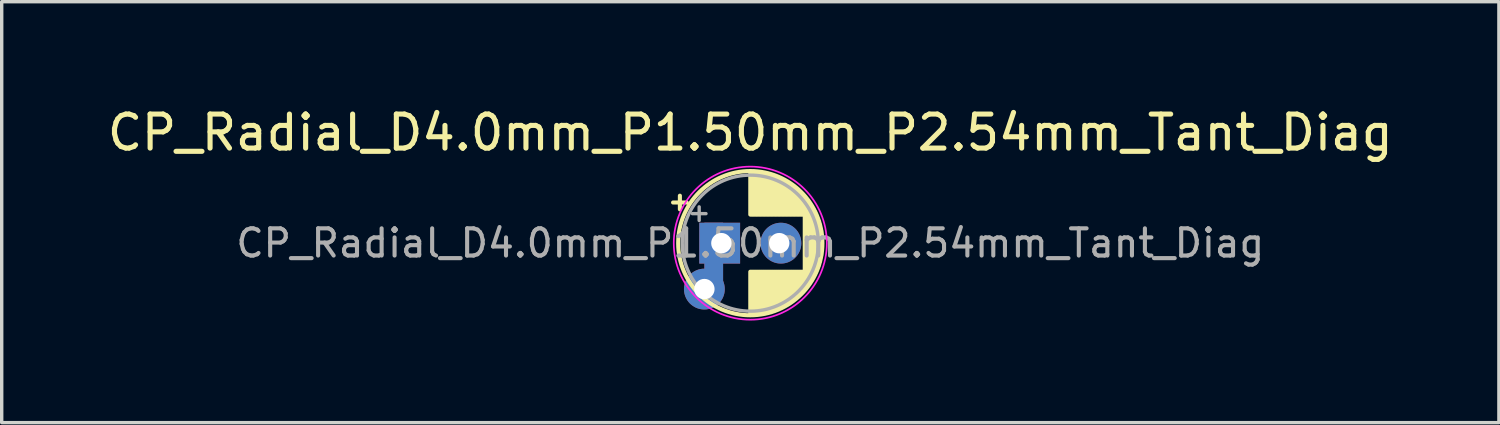
<source format=kicad_pcb>
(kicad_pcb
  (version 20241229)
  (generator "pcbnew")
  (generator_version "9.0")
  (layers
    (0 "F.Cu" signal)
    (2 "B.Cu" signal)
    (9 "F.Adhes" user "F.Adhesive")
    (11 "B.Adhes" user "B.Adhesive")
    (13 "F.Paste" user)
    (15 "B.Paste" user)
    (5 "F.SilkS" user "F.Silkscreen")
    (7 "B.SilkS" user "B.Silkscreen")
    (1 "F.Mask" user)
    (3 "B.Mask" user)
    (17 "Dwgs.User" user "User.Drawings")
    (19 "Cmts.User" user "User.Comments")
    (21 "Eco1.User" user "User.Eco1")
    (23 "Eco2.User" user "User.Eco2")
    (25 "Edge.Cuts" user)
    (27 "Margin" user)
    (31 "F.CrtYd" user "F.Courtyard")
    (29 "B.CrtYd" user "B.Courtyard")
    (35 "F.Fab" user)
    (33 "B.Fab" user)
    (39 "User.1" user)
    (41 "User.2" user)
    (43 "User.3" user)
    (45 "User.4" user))
  (footprint "CP_Radial_D4.0mm_P1.50mm_P2.54mm_Tant_Diag"
    (layer "F.Cu")
    (at 18.256 4.098)
    (property "Reference" "CP_Radial_D4.0mm_P1.50mm_P2.54mm_Tant_Diag" (at 0.75 -3.25 0) (layer "F.SilkS") (effects (font (size 1 1) (thickness 0.15))))
    (attr through_hole)
    (fp_line (start -1.52 -1.195) (end -1.12 -1.195) (stroke (width 0.12) (type solid)) (layer "F.SilkS"))
    (fp_line (start -1.32 -1.395) (end -1.32 -0.995) (stroke (width 0.12) (type solid)) (layer "F.SilkS"))
    (fp_line (start 0.75 -2.08) (end 0.75 -0.84) (stroke (width 0.12) (type solid)) (layer "F.SilkS"))
    (fp_line (start 0.75 0.84) (end 0.75 2.08) (stroke (width 0.12) (type solid)) (layer "F.SilkS"))
    (fp_line (start 0.79 -2.08) (end 0.79 -0.84) (stroke (width 0.12) (type solid)) (layer "F.SilkS"))
    (fp_line (start 0.79 0.84) (end 0.79 2.08) (stroke (width 0.12) (type solid)) (layer "F.SilkS"))
    (fp_line (start 0.83 -2.079) (end 0.83 -0.84) (stroke (width 0.12) (type solid)) (layer "F.SilkS"))
    (fp_line (start 0.83 0.84) (end 0.83 2.079) (stroke (width 0.12) (type solid)) (layer "F.SilkS"))
    (fp_line (start 0.87 -2.077) (end 0.87 -0.84) (stroke (width 0.12) (type solid)) (layer "F.SilkS"))
    (fp_line (start 0.87 0.84) (end 0.87 2.077) (stroke (width 0.12) (type solid)) (layer "F.SilkS"))
    (fp_line (start 0.91 -2.074) (end 0.91 -0.84) (stroke (width 0.12) (type solid)) (layer "F.SilkS"))
    (fp_line (start 0.91 0.84) (end 0.91 2.074) (stroke (width 0.12) (type solid)) (layer "F.SilkS"))
    (fp_line (start 0.95 -2.071) (end 0.95 -0.84) (stroke (width 0.12) (type solid)) (layer "F.SilkS"))
    (fp_line (start 0.95 0.84) (end 0.95 2.071) (stroke (width 0.12) (type solid)) (layer "F.SilkS"))
    (fp_line (start 0.99 -2.067) (end 0.99 -0.84) (stroke (width 0.12) (type solid)) (layer "F.SilkS"))
    (fp_line (start 0.99 0.84) (end 0.99 2.067) (stroke (width 0.12) (type solid)) (layer "F.SilkS"))
    (fp_line (start 1.03 -2.062) (end 1.03 -0.84) (stroke (width 0.12) (type solid)) (layer "F.SilkS"))
    (fp_line (start 1.03 0.84) (end 1.03 2.062) (stroke (width 0.12) (type solid)) (layer "F.SilkS"))
    (fp_line (start 1.07 -2.056) (end 1.07 -0.84) (stroke (width 0.12) (type solid)) (layer "F.SilkS"))
    (fp_line (start 1.07 0.84) (end 1.07 2.056) (stroke (width 0.12) (type solid)) (layer "F.SilkS"))
    (fp_line (start 1.11 -2.05) (end 1.11 -0.84) (stroke (width 0.12) (type solid)) (layer "F.SilkS"))
    (fp_line (start 1.11 0.84) (end 1.11 2.05) (stroke (width 0.12) (type solid)) (layer "F.SilkS"))
    (fp_line (start 1.15 -2.042) (end 1.15 -0.84) (stroke (width 0.12) (type solid)) (layer "F.SilkS"))
    (fp_line (start 1.15 0.84) (end 1.15 2.042) (stroke (width 0.12) (type solid)) (layer "F.SilkS"))
    (fp_line (start 1.19 -2.034) (end 1.19 -0.84) (stroke (width 0.12) (type solid)) (layer "F.SilkS"))
    (fp_line (start 1.19 0.84) (end 1.19 2.034) (stroke (width 0.12) (type solid)) (layer "F.SilkS"))
    (fp_line (start 1.23 -2.025) (end 1.23 -0.84) (stroke (width 0.12) (type solid)) (layer "F.SilkS"))
    (fp_line (start 1.23 0.84) (end 1.23 2.025) (stroke (width 0.12) (type solid)) (layer "F.SilkS"))
    (fp_line (start 1.27 -2.016) (end 1.27 -0.84) (stroke (width 0.12) (type solid)) (layer "F.SilkS"))
    (fp_line (start 1.27 0.84) (end 1.27 2.016) (stroke (width 0.12) (type solid)) (layer "F.SilkS"))
    (fp_line (start 1.31 -2.005) (end 1.31 -0.84) (stroke (width 0.12) (type solid)) (layer "F.SilkS"))
    (fp_line (start 1.31 0.84) (end 1.31 2.005) (stroke (width 0.12) (type solid)) (layer "F.SilkS"))
    (fp_line (start 1.35 -1.994) (end 1.35 -0.84) (stroke (width 0.12) (type solid)) (layer "F.SilkS"))
    (fp_line (start 1.35 0.84) (end 1.35 1.994) (stroke (width 0.12) (type solid)) (layer "F.SilkS"))
    (fp_line (start 1.39 -1.982) (end 1.39 -0.84) (stroke (width 0.12) (type solid)) (layer "F.SilkS"))
    (fp_line (start 1.39 0.84) (end 1.39 1.982) (stroke (width 0.12) (type solid)) (layer "F.SilkS"))
    (fp_line (start 1.43 -1.968) (end 1.43 -0.84) (stroke (width 0.12) (type solid)) (layer "F.SilkS"))
    (fp_line (start 1.43 0.84) (end 1.43 1.968) (stroke (width 0.12) (type solid)) (layer "F.SilkS"))
    (fp_line (start 1.471 -1.954) (end 1.471 -0.84) (stroke (width 0.12) (type solid)) (layer "F.SilkS"))
    (fp_line (start 1.471 0.84) (end 1.471 1.954) (stroke (width 0.12) (type solid)) (layer "F.SilkS"))
    (fp_line (start 1.511 -1.94) (end 1.511 -0.84) (stroke (width 0.12) (type solid)) (layer "F.SilkS"))
    (fp_line (start 1.511 0.84) (end 1.511 1.94) (stroke (width 0.12) (type solid)) (layer "F.SilkS"))
    (fp_line (start 1.551 -1.924) (end 1.551 -0.84) (stroke (width 0.12) (type solid)) (layer "F.SilkS"))
    (fp_line (start 1.551 0.84) (end 1.551 1.924) (stroke (width 0.12) (type solid)) (layer "F.SilkS"))
    (fp_line (start 1.591 -1.907) (end 1.591 -0.84) (stroke (width 0.12) (type solid)) (layer "F.SilkS"))
    (fp_line (start 1.591 0.84) (end 1.591 1.907) (stroke (width 0.12) (type solid)) (layer "F.SilkS"))
    (fp_line (start 1.631 -1.889) (end 1.631 -0.84) (stroke (width 0.12) (type solid)) (layer "F.SilkS"))
    (fp_line (start 1.631 0.84) (end 1.631 1.889) (stroke (width 0.12) (type solid)) (layer "F.SilkS"))
    (fp_line (start 1.671 -1.87) (end 1.671 -0.84) (stroke (width 0.12) (type solid)) (layer "F.SilkS"))
    (fp_line (start 1.671 0.84) (end 1.671 1.87) (stroke (width 0.12) (type solid)) (layer "F.SilkS"))
    (fp_line (start 1.711 -1.851) (end 1.711 -0.84) (stroke (width 0.12) (type solid)) (layer "F.SilkS"))
    (fp_line (start 1.711 0.84) (end 1.711 1.851) (stroke (width 0.12) (type solid)) (layer "F.SilkS"))
    (fp_line (start 1.751 -1.83) (end 1.751 -0.84) (stroke (width 0.12) (type solid)) (layer "F.SilkS"))
    (fp_line (start 1.751 0.84) (end 1.751 1.83) (stroke (width 0.12) (type solid)) (layer "F.SilkS"))
    (fp_line (start 1.791 -1.808) (end 1.791 -0.84) (stroke (width 0.12) (type solid)) (layer "F.SilkS"))
    (fp_line (start 1.791 0.84) (end 1.791 1.808) (stroke (width 0.12) (type solid)) (layer "F.SilkS"))
    (fp_line (start 1.831 -1.785) (end 1.831 -0.84) (stroke (width 0.12) (type solid)) (layer "F.SilkS"))
    (fp_line (start 1.831 0.84) (end 1.831 1.785) (stroke (width 0.12) (type solid)) (layer "F.SilkS"))
    (fp_line (start 1.871 -1.76) (end 1.871 -0.84) (stroke (width 0.12) (type solid)) (layer "F.SilkS"))
    (fp_line (start 1.871 0.84) (end 1.871 1.76) (stroke (width 0.12) (type solid)) (layer "F.SilkS"))
    (fp_line (start 1.911 -1.735) (end 1.911 -0.84) (stroke (width 0.12) (type solid)) (layer "F.SilkS"))
    (fp_line (start 1.911 0.84) (end 1.911 1.735) (stroke (width 0.12) (type solid)) (layer "F.SilkS"))
    (fp_line (start 1.951 -1.708) (end 1.951 -0.84) (stroke (width 0.12) (type solid)) (layer "F.SilkS"))
    (fp_line (start 1.951 0.84) (end 1.951 1.708) (stroke (width 0.12) (type solid)) (layer "F.SilkS"))
    (fp_line (start 1.991 -1.68) (end 1.991 -0.84) (stroke (width 0.12) (type solid)) (layer "F.SilkS"))
    (fp_line (start 1.991 0.84) (end 1.991 1.68) (stroke (width 0.12) (type solid)) (layer "F.SilkS"))
    (fp_line (start 2.031 -1.65) (end 2.031 -0.84) (stroke (width 0.12) (type solid)) (layer "F.SilkS"))
    (fp_line (start 2.031 0.84) (end 2.031 1.65) (stroke (width 0.12) (type solid)) (layer "F.SilkS"))
    (fp_line (start 2.071 -1.619) (end 2.071 -0.84) (stroke (width 0.12) (type solid)) (layer "F.SilkS"))
    (fp_line (start 2.071 0.84) (end 2.071 1.619) (stroke (width 0.12) (type solid)) (layer "F.SilkS"))
    (fp_line (start 2.111 -1.587) (end 2.111 -0.84) (stroke (width 0.12) (type solid)) (layer "F.SilkS"))
    (fp_line (start 2.111 0.84) (end 2.111 1.587) (stroke (width 0.12) (type solid)) (layer "F.SilkS"))
    (fp_line (start 2.151 -1.552) (end 2.151 -0.84) (stroke (width 0.12) (type solid)) (layer "F.SilkS"))
    (fp_line (start 2.151 0.84) (end 2.151 1.552) (stroke (width 0.12) (type solid)) (layer "F.SilkS"))
    (fp_line (start 2.191 -1.516) (end 2.191 -0.84) (stroke (width 0.12) (type solid)) (layer "F.SilkS"))
    (fp_line (start 2.191 0.84) (end 2.191 1.516) (stroke (width 0.12) (type solid)) (layer "F.SilkS"))
    (fp_line (start 2.231 -1.478) (end 2.231 -0.84) (stroke (width 0.12) (type solid)) (layer "F.SilkS"))
    (fp_line (start 2.231 0.84) (end 2.231 1.478) (stroke (width 0.12) (type solid)) (layer "F.SilkS"))
    (fp_line (start 2.271 -1.438) (end 2.271 -0.84) (stroke (width 0.12) (type solid)) (layer "F.SilkS"))
    (fp_line (start 2.271 0.84) (end 2.271 1.438) (stroke (width 0.12) (type solid)) (layer "F.SilkS"))
    (fp_line (start 2.311 -1.396) (end 2.311 -0.84) (stroke (width 0.12) (type solid)) (layer "F.SilkS"))
    (fp_line (start 2.311 0.84) (end 2.311 1.396) (stroke (width 0.12) (type solid)) (layer "F.SilkS"))
    (fp_line (start 2.351 -1.351) (end 2.351 1.351) (stroke (width 0.12) (type solid)) (layer "F.SilkS"))
    (fp_line (start 2.391 -1.304) (end 2.391 1.304) (stroke (width 0.12) (type solid)) (layer "F.SilkS"))
    (fp_line (start 2.431 -1.254) (end 2.431 1.254) (stroke (width 0.12) (type solid)) (layer "F.SilkS"))
    (fp_line (start 2.471 -1.2) (end 2.471 1.2) (stroke (width 0.12) (type solid)) (layer "F.SilkS"))
    (fp_line (start 2.511 -1.142) (end 2.511 1.142) (stroke (width 0.12) (type solid)) (layer "F.SilkS"))
    (fp_line (start 2.551 -1.08) (end 2.551 1.08) (stroke (width 0.12) (type solid)) (layer "F.SilkS"))
    (fp_line (start 2.591 -1.013) (end 2.591 1.013) (stroke (width 0.12) (type solid)) (layer "F.SilkS"))
    (fp_line (start 2.631 -0.94) (end 2.631 0.94) (stroke (width 0.12) (type solid)) (layer "F.SilkS"))
    (fp_line (start 2.671 -0.859) (end 2.671 0.859) (stroke (width 0.12) (type solid)) (layer "F.SilkS"))
    (fp_line (start 2.711 -0.768) (end 2.711 0.768) (stroke (width 0.12) (type solid)) (layer "F.SilkS"))
    (fp_line (start 2.751 -0.664) (end 2.751 0.664) (stroke (width 0.12) (type solid)) (layer "F.SilkS"))
    (fp_line (start 2.791 -0.537) (end 2.791 0.537) (stroke (width 0.12) (type solid)) (layer "F.SilkS"))
    (fp_line (start 2.831 -0.37) (end 2.831 0.37) (stroke (width 0.12) (type solid)) (layer "F.SilkS"))
    (fp_circle (center 0.75 0) (end 2.87 0) (stroke (width 0.12) (type solid)) (fill no) (layer "F.SilkS"))
    (fp_circle (center 0.75 0) (end 3 0) (stroke (width 0.05) (type solid)) (fill no) (layer "F.CrtYd"))
    (fp_line (start -0.953 -0.868) (end -0.553 -0.868) (stroke (width 0.1) (type solid)) (layer "F.Fab"))
    (fp_line (start -0.753 -1.067) (end -0.753 -0.667) (stroke (width 0.1) (type solid)) (layer "F.Fab"))
    (fp_circle (center 0.75 0) (end 2.75 0) (stroke (width 0.1) (type solid)) (fill no) (layer "F.Fab"))
    (fp_text user "${REFERENCE}" (at 0.75 0 0) (layer "F.Fab") (effects (font (size 0.8 0.8) (thickness 0.12))))
    (pad "1" thru_hole circle (at -0.6 1.35) (size 1.2 1.2) (drill 0.6) (layers "*.Cu" "*.Mask"))
    (pad "1" smd rect (at -0.325 0.4) (size 0.55 2) (layers "F.Cu"))
    (pad "1" smd rect (at -0.325 0.4) (size 0.55 2) (layers "B.Cu"))
    (pad "1" thru_hole rect (at -0.1 0) (size 1.2 1.2) (drill 0.6 (offset -0.05 0)) (layers "*.Cu" "*.Mask"))
    (pad "2" thru_hole oval (at 1.6 0) (size 1.2 1.2) (drill 0.6 (offset 0.05 0)) (layers "*.Cu" "*.Mask")))
  (gr_rect
    (start -3 -3)
    (end 41.012 9.373)
    (stroke (width 0.1) (type default))
    (fill no)
    (layer "Edge.Cuts")))
</source>
